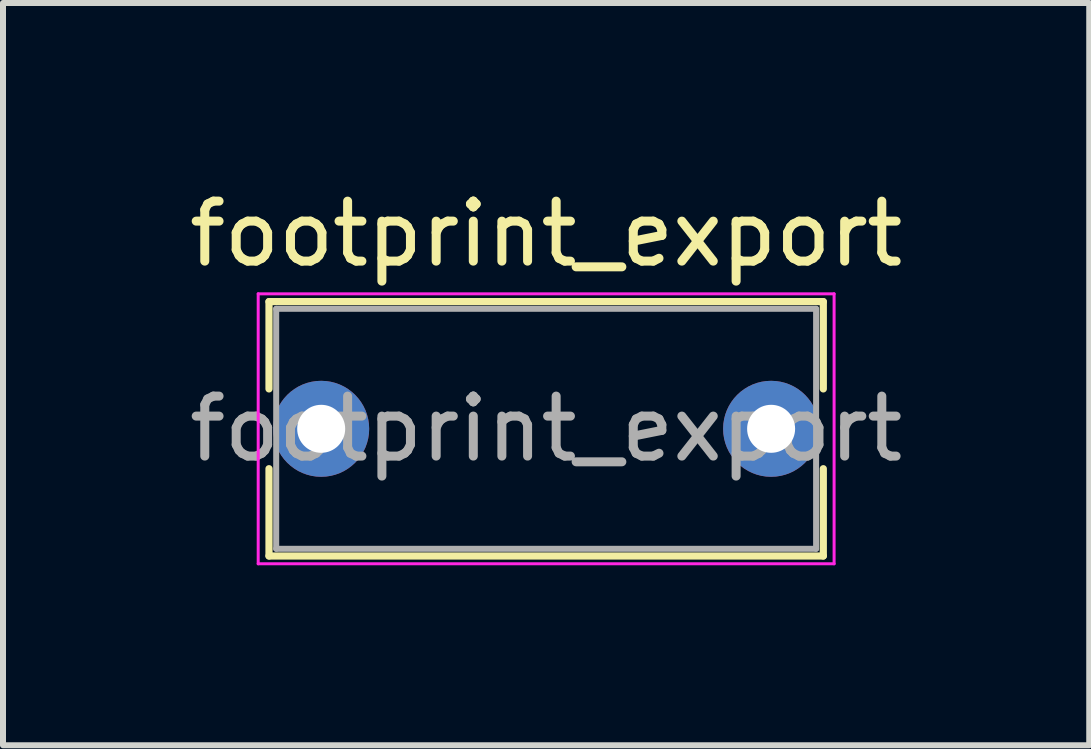
<source format=kicad_pcb>
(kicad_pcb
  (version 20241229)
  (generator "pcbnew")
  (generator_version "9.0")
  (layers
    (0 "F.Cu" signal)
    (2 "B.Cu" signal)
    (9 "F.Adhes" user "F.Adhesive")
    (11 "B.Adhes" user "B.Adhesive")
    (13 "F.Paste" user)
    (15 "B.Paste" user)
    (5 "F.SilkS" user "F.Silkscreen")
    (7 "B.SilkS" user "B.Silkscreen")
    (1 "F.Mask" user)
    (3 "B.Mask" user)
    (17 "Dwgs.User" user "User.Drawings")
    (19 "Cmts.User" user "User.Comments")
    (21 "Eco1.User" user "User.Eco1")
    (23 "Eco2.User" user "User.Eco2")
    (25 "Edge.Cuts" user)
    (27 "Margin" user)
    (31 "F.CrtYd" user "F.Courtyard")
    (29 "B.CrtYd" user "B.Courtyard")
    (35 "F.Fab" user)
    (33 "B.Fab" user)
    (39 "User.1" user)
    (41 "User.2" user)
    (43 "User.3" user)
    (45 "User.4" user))
  (footprint "footprint_export"
    (layer "F.Cu")
    (at 2.304 4.098)
    (property "Reference" "footprint_export" (at 3.75 -3.25 0) (layer "F.SilkS") (effects (font (size 1 1) (thickness 0.15))))
    (attr through_hole)
    (fp_line (start -0.87 -2.12) (end -0.87 -0.665) (stroke (width 0.12) (type solid)) (layer "F.SilkS"))
    (fp_line (start -0.87 -2.12) (end 8.37 -2.12) (stroke (width 0.12) (type solid)) (layer "F.SilkS"))
    (fp_line (start -0.87 0.665) (end -0.87 2.12) (stroke (width 0.12) (type solid)) (layer "F.SilkS"))
    (fp_line (start -0.87 2.12) (end 8.37 2.12) (stroke (width 0.12) (type solid)) (layer "F.SilkS"))
    (fp_line (start 8.37 -2.12) (end 8.37 -0.665) (stroke (width 0.12) (type solid)) (layer "F.SilkS"))
    (fp_line (start 8.37 0.665) (end 8.37 2.12) (stroke (width 0.12) (type solid)) (layer "F.SilkS"))
    (fp_line (start -1.05 -2.25) (end -1.05 2.25) (stroke (width 0.05) (type solid)) (layer "F.CrtYd"))
    (fp_line (start -1.05 2.25) (end 8.55 2.25) (stroke (width 0.05) (type solid)) (layer "F.CrtYd"))
    (fp_line (start 8.55 -2.25) (end -1.05 -2.25) (stroke (width 0.05) (type solid)) (layer "F.CrtYd"))
    (fp_line (start 8.55 2.25) (end 8.55 -2.25) (stroke (width 0.05) (type solid)) (layer "F.CrtYd"))
    (fp_line (start -0.75 -2) (end -0.75 2) (stroke (width 0.1) (type solid)) (layer "F.Fab"))
    (fp_line (start -0.75 2) (end 8.25 2) (stroke (width 0.1) (type solid)) (layer "F.Fab"))
    (fp_line (start 8.25 -2) (end -0.75 -2) (stroke (width 0.1) (type solid)) (layer "F.Fab"))
    (fp_line (start 8.25 2) (end 8.25 -2) (stroke (width 0.1) (type solid)) (layer "F.Fab"))
    (fp_text user "${REFERENCE}" (at 3.75 0 0) (layer "F.Fab") (effects (font (size 1 1) (thickness 0.15))))
    (pad "1" thru_hole circle (at 0 0) (size 1.6 1.6) (drill 0.8) (layers "*.Cu" "*.Mask"))
    (pad "2" thru_hole circle (at 7.5 0) (size 1.6 1.6) (drill 0.8) (layers "*.Cu" "*.Mask")))
  (gr_rect
    (start -3 -3)
    (end 15.107 9.373)
    (stroke (width 0.1) (type default))
    (fill no)
    (layer "Edge.Cuts")))
</source>
